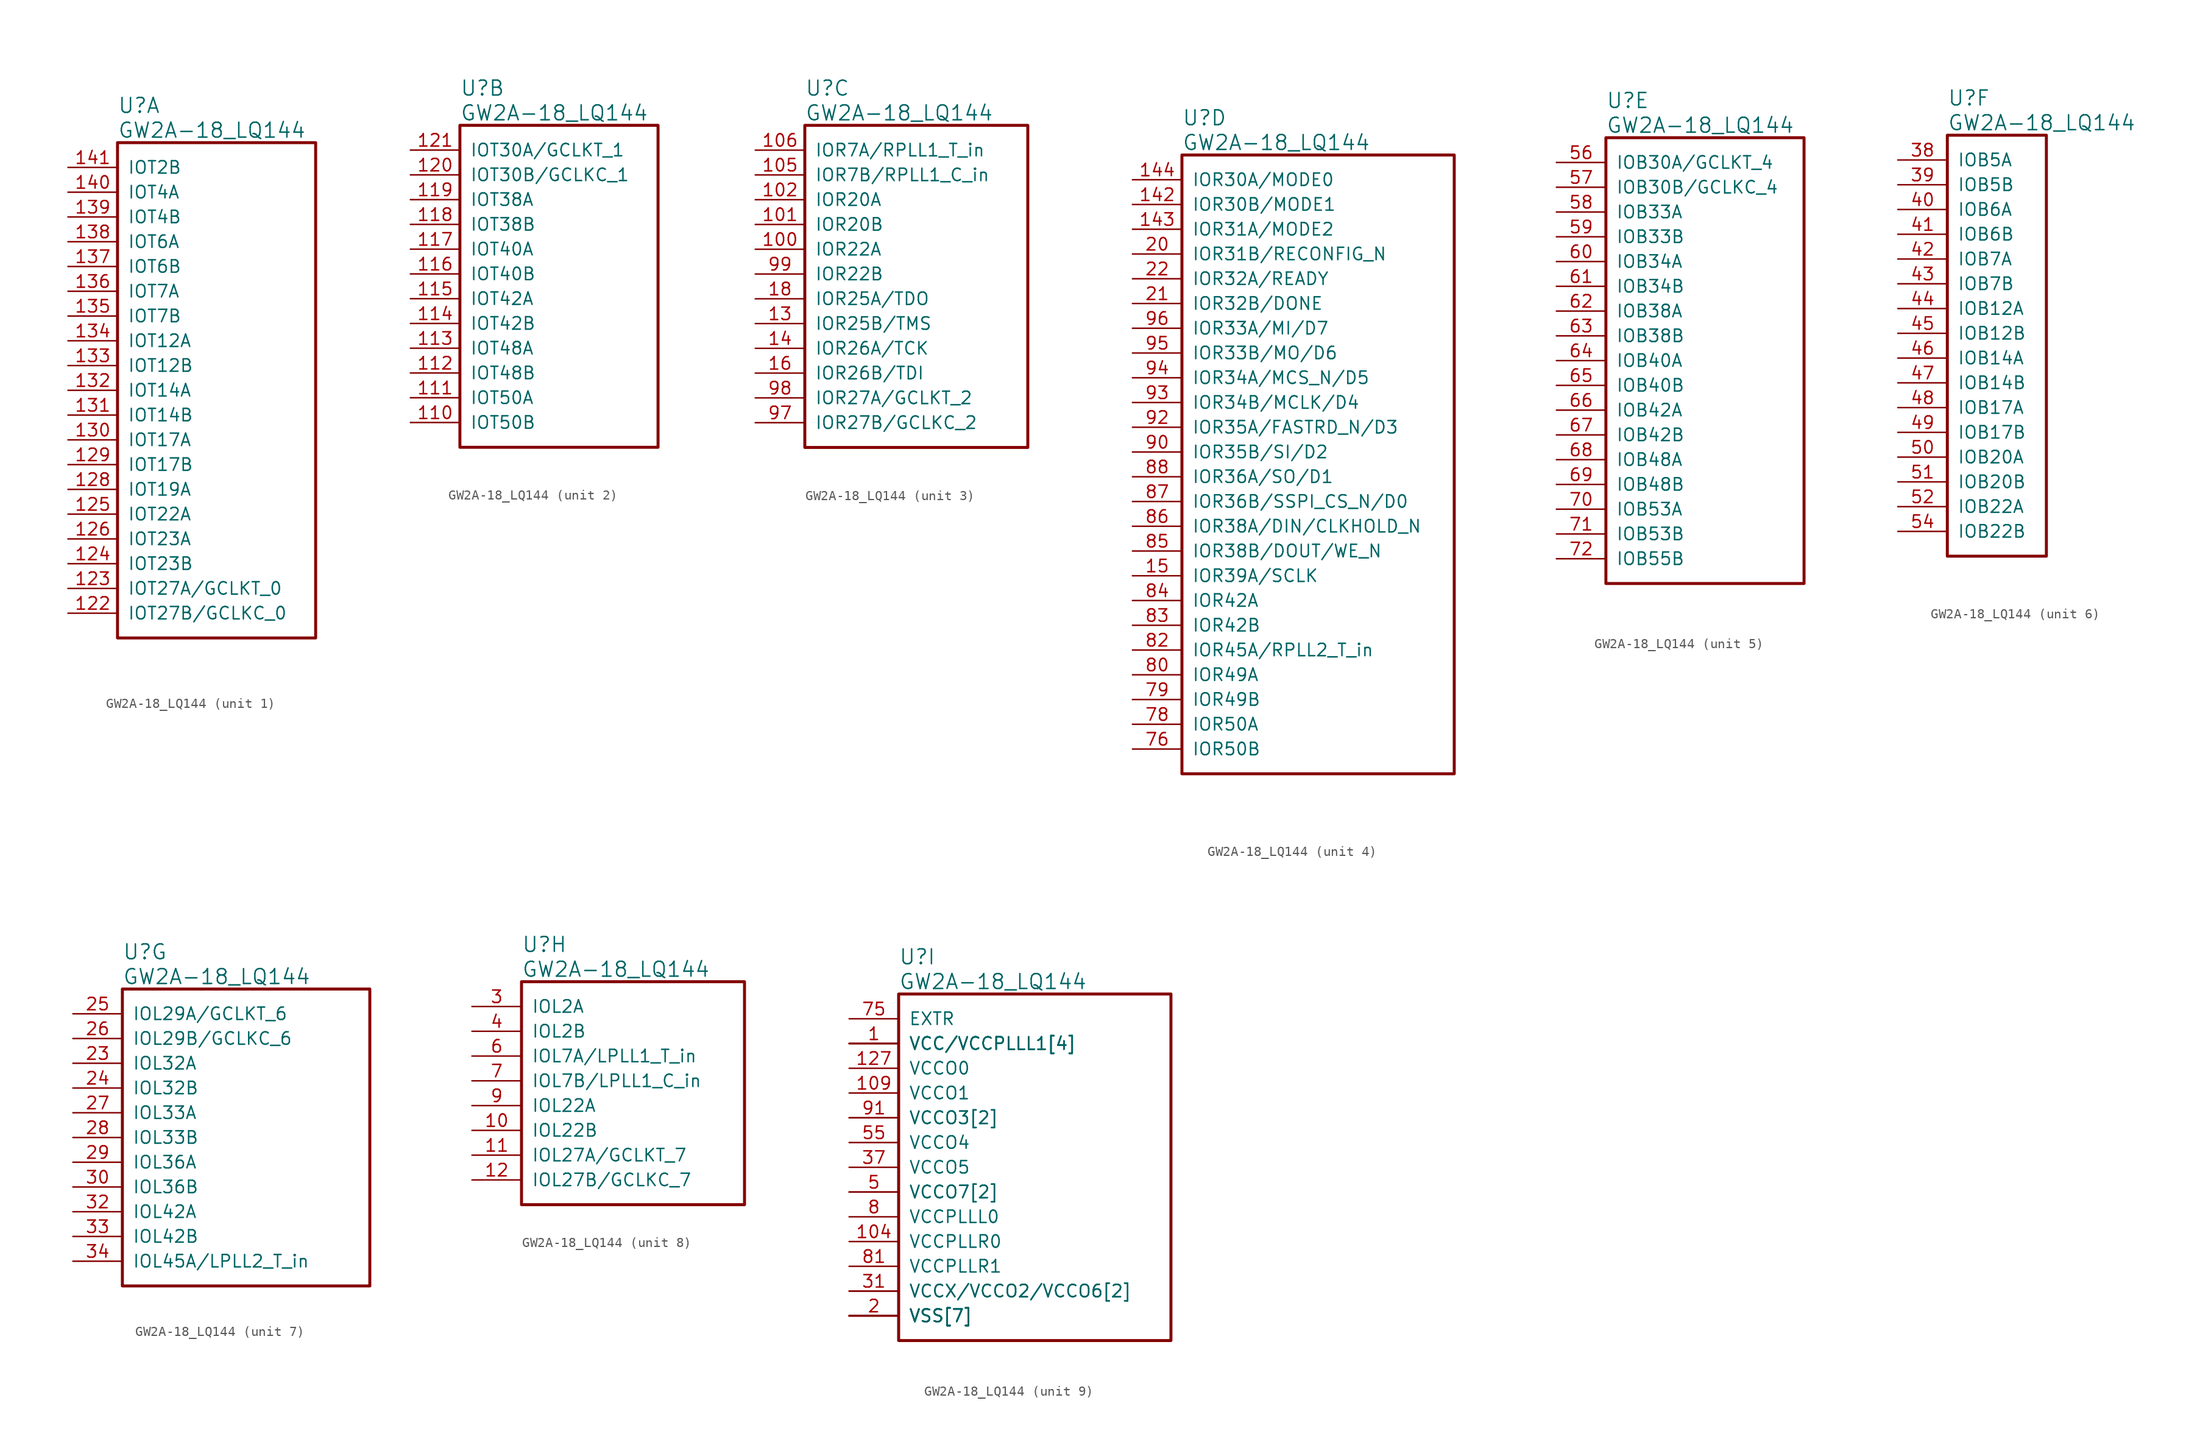
<source format=kicad_sym>
(kicad_symbol_lib
  (version 20241209)
  (generator "kicad_symbol_editor")
  (generator_version "9.0")
  (symbol "GW2A-18_LQ144"
    (pin_names
      (offset 1.016))
    (property "Reference" "U"
      (at 5.08 6.35 0)
      (effects (font (size 1.524 1.524)) (justify left)))
    (property "Value" "GW2A-18_LQ144"
      (at 5.08 3.81 0)
      (effects (font (size 1.524 1.524)) (justify left)))
    (property "ki_locked" ""
      (at 0 0 0)
      (effects (font (size 1.27 1.27))))
    (symbol "GW2A-18_LQ144_1_1"
      (rectangle (start 5.08 2.54) (end 25.4 -48.26) (stroke (width 0.305) (type solid)) (fill (type none)))
      (pin bidirectional line (at 0 0 0) (length 5.08) (name "IOT2B" (effects (font (size 1.27 1.27)))) (number "141" (effects (font (size 1.27 1.27)))))
      (pin bidirectional line (at 0 -2.54 0) (length 5.08) (name "IOT4A" (effects (font (size 1.27 1.27)))) (number "140" (effects (font (size 1.27 1.27)))))
      (pin bidirectional line (at 0 -5.08 0) (length 5.08) (name "IOT4B" (effects (font (size 1.27 1.27)))) (number "139" (effects (font (size 1.27 1.27)))))
      (pin bidirectional line (at 0 -7.62 0) (length 5.08) (name "IOT6A" (effects (font (size 1.27 1.27)))) (number "138" (effects (font (size 1.27 1.27)))))
      (pin bidirectional line (at 0 -10.16 0) (length 5.08) (name "IOT6B" (effects (font (size 1.27 1.27)))) (number "137" (effects (font (size 1.27 1.27)))))
      (pin bidirectional line (at 0 -12.7 0) (length 5.08) (name "IOT7A" (effects (font (size 1.27 1.27)))) (number "136" (effects (font (size 1.27 1.27)))))
      (pin bidirectional line (at 0 -15.24 0) (length 5.08) (name "IOT7B" (effects (font (size 1.27 1.27)))) (number "135" (effects (font (size 1.27 1.27)))))
      (pin bidirectional line (at 0 -17.78 0) (length 5.08) (name "IOT12A" (effects (font (size 1.27 1.27)))) (number "134" (effects (font (size 1.27 1.27)))))
      (pin bidirectional line (at 0 -20.32 0) (length 5.08) (name "IOT12B" (effects (font (size 1.27 1.27)))) (number "133" (effects (font (size 1.27 1.27)))))
      (pin bidirectional line (at 0 -22.86 0) (length 5.08) (name "IOT14A" (effects (font (size 1.27 1.27)))) (number "132" (effects (font (size 1.27 1.27)))))
      (pin bidirectional line (at 0 -25.4 0) (length 5.08) (name "IOT14B" (effects (font (size 1.27 1.27)))) (number "131" (effects (font (size 1.27 1.27)))))
      (pin bidirectional line (at 0 -27.94 0) (length 5.08) (name "IOT17A" (effects (font (size 1.27 1.27)))) (number "130" (effects (font (size 1.27 1.27)))))
      (pin bidirectional line (at 0 -30.48 0) (length 5.08) (name "IOT17B" (effects (font (size 1.27 1.27)))) (number "129" (effects (font (size 1.27 1.27)))))
      (pin bidirectional line (at 0 -33.02 0) (length 5.08) (name "IOT19A" (effects (font (size 1.27 1.27)))) (number "128" (effects (font (size 1.27 1.27)))))
      (pin bidirectional line (at 0 -35.56 0) (length 5.08) (name "IOT22A" (effects (font (size 1.27 1.27)))) (number "125" (effects (font (size 1.27 1.27)))))
      (pin bidirectional line (at 0 -38.1 0) (length 5.08) (name "IOT23A" (effects (font (size 1.27 1.27)))) (number "126" (effects (font (size 1.27 1.27)))))
      (pin bidirectional line (at 0 -40.64 0) (length 5.08) (name "IOT23B" (effects (font (size 1.27 1.27)))) (number "124" (effects (font (size 1.27 1.27)))))
      (pin bidirectional line (at 0 -43.18 0) (length 5.08) (name "IOT27A/GCLKT_0" (effects (font (size 1.27 1.27)))) (number "123" (effects (font (size 1.27 1.27)))))
      (pin bidirectional line (at 0 -45.72 0) (length 5.08) (name "IOT27B/GCLKC_0" (effects (font (size 1.27 1.27)))) (number "122" (effects (font (size 1.27 1.27))))))
    (symbol "GW2A-18_LQ144_2_1"
      (rectangle (start 5.08 2.54) (end 25.4 -30.48) (stroke (width 0.305) (type solid)) (fill (type none)))
      (pin bidirectional line (at 0 0 0) (length 5.08) (name "IOT30A/GCLKT_1" (effects (font (size 1.27 1.27)))) (number "121" (effects (font (size 1.27 1.27)))))
      (pin bidirectional line (at 0 -2.54 0) (length 5.08) (name "IOT30B/GCLKC_1" (effects (font (size 1.27 1.27)))) (number "120" (effects (font (size 1.27 1.27)))))
      (pin bidirectional line (at 0 -5.08 0) (length 5.08) (name "IOT38A" (effects (font (size 1.27 1.27)))) (number "119" (effects (font (size 1.27 1.27)))))
      (pin bidirectional line (at 0 -7.62 0) (length 5.08) (name "IOT38B" (effects (font (size 1.27 1.27)))) (number "118" (effects (font (size 1.27 1.27)))))
      (pin bidirectional line (at 0 -10.16 0) (length 5.08) (name "IOT40A" (effects (font (size 1.27 1.27)))) (number "117" (effects (font (size 1.27 1.27)))))
      (pin bidirectional line (at 0 -12.7 0) (length 5.08) (name "IOT40B" (effects (font (size 1.27 1.27)))) (number "116" (effects (font (size 1.27 1.27)))))
      (pin bidirectional line (at 0 -15.24 0) (length 5.08) (name "IOT42A" (effects (font (size 1.27 1.27)))) (number "115" (effects (font (size 1.27 1.27)))))
      (pin bidirectional line (at 0 -17.78 0) (length 5.08) (name "IOT42B" (effects (font (size 1.27 1.27)))) (number "114" (effects (font (size 1.27 1.27)))))
      (pin bidirectional line (at 0 -20.32 0) (length 5.08) (name "IOT48A" (effects (font (size 1.27 1.27)))) (number "113" (effects (font (size 1.27 1.27)))))
      (pin bidirectional line (at 0 -22.86 0) (length 5.08) (name "IOT48B" (effects (font (size 1.27 1.27)))) (number "112" (effects (font (size 1.27 1.27)))))
      (pin bidirectional line (at 0 -25.4 0) (length 5.08) (name "IOT50A" (effects (font (size 1.27 1.27)))) (number "111" (effects (font (size 1.27 1.27)))))
      (pin bidirectional line (at 0 -27.94 0) (length 5.08) (name "IOT50B" (effects (font (size 1.27 1.27)))) (number "110" (effects (font (size 1.27 1.27))))))
    (symbol "GW2A-18_LQ144_3_1"
      (rectangle (start 5.08 2.54) (end 27.94 -30.48) (stroke (width 0.305) (type solid)) (fill (type none)))
      (pin bidirectional line (at 0 0 0) (length 5.08) (name "IOR7A/RPLL1_T_in" (effects (font (size 1.27 1.27)))) (number "106" (effects (font (size 1.27 1.27)))))
      (pin bidirectional line (at 0 -2.54 0) (length 5.08) (name "IOR7B/RPLL1_C_in" (effects (font (size 1.27 1.27)))) (number "105" (effects (font (size 1.27 1.27)))))
      (pin bidirectional line (at 0 -5.08 0) (length 5.08) (name "IOR20A" (effects (font (size 1.27 1.27)))) (number "102" (effects (font (size 1.27 1.27)))))
      (pin bidirectional line (at 0 -7.62 0) (length 5.08) (name "IOR20B" (effects (font (size 1.27 1.27)))) (number "101" (effects (font (size 1.27 1.27)))))
      (pin bidirectional line (at 0 -10.16 0) (length 5.08) (name "IOR22A" (effects (font (size 1.27 1.27)))) (number "100" (effects (font (size 1.27 1.27)))))
      (pin bidirectional line (at 0 -12.7 0) (length 5.08) (name "IOR22B" (effects (font (size 1.27 1.27)))) (number "99" (effects (font (size 1.27 1.27)))))
      (pin bidirectional line (at 0 -15.24 0) (length 5.08) (name "IOR25A/TDO" (effects (font (size 1.27 1.27)))) (number "18" (effects (font (size 1.27 1.27)))))
      (pin bidirectional line (at 0 -17.78 0) (length 5.08) (name "IOR25B/TMS" (effects (font (size 1.27 1.27)))) (number "13" (effects (font (size 1.27 1.27)))))
      (pin bidirectional line (at 0 -20.32 0) (length 5.08) (name "IOR26A/TCK" (effects (font (size 1.27 1.27)))) (number "14" (effects (font (size 1.27 1.27)))))
      (pin bidirectional line (at 0 -22.86 0) (length 5.08) (name "IOR26B/TDI" (effects (font (size 1.27 1.27)))) (number "16" (effects (font (size 1.27 1.27)))))
      (pin bidirectional line (at 0 -25.4 0) (length 5.08) (name "IOR27A/GCLKT_2" (effects (font (size 1.27 1.27)))) (number "98" (effects (font (size 1.27 1.27)))))
      (pin bidirectional line (at 0 -27.94 0) (length 5.08) (name "IOR27B/GCLKC_2" (effects (font (size 1.27 1.27)))) (number "97" (effects (font (size 1.27 1.27))))))
    (symbol "GW2A-18_LQ144_4_1"
      (rectangle (start 5.08 2.54) (end 33.02 -60.96) (stroke (width 0.305) (type solid)) (fill (type none)))
      (pin bidirectional line (at 0 0 0) (length 5.08) (name "IOR30A/MODE0" (effects (font (size 1.27 1.27)))) (number "144" (effects (font (size 1.27 1.27)))))
      (pin bidirectional line (at 0 -2.54 0) (length 5.08) (name "IOR30B/MODE1" (effects (font (size 1.27 1.27)))) (number "142" (effects (font (size 1.27 1.27)))))
      (pin bidirectional line (at 0 -5.08 0) (length 5.08) (name "IOR31A/MODE2" (effects (font (size 1.27 1.27)))) (number "143" (effects (font (size 1.27 1.27)))))
      (pin bidirectional line (at 0 -7.62 0) (length 5.08) (name "IOR31B/RECONFIG_N" (effects (font (size 1.27 1.27)))) (number "20" (effects (font (size 1.27 1.27)))))
      (pin bidirectional line (at 0 -10.16 0) (length 5.08) (name "IOR32A/READY" (effects (font (size 1.27 1.27)))) (number "22" (effects (font (size 1.27 1.27)))))
      (pin bidirectional line (at 0 -12.7 0) (length 5.08) (name "IOR32B/DONE" (effects (font (size 1.27 1.27)))) (number "21" (effects (font (size 1.27 1.27)))))
      (pin bidirectional line (at 0 -15.24 0) (length 5.08) (name "IOR33A/MI/D7" (effects (font (size 1.27 1.27)))) (number "96" (effects (font (size 1.27 1.27)))))
      (pin bidirectional line (at 0 -17.78 0) (length 5.08) (name "IOR33B/MO/D6" (effects (font (size 1.27 1.27)))) (number "95" (effects (font (size 1.27 1.27)))))
      (pin bidirectional line (at 0 -20.32 0) (length 5.08) (name "IOR34A/MCS_N/D5" (effects (font (size 1.27 1.27)))) (number "94" (effects (font (size 1.27 1.27)))))
      (pin bidirectional line (at 0 -22.86 0) (length 5.08) (name "IOR34B/MCLK/D4" (effects (font (size 1.27 1.27)))) (number "93" (effects (font (size 1.27 1.27)))))
      (pin bidirectional line (at 0 -25.4 0) (length 5.08) (name "IOR35A/FASTRD_N/D3" (effects (font (size 1.27 1.27)))) (number "92" (effects (font (size 1.27 1.27)))))
      (pin bidirectional line (at 0 -27.94 0) (length 5.08) (name "IOR35B/SI/D2" (effects (font (size 1.27 1.27)))) (number "90" (effects (font (size 1.27 1.27)))))
      (pin bidirectional line (at 0 -30.48 0) (length 5.08) (name "IOR36A/SO/D1" (effects (font (size 1.27 1.27)))) (number "88" (effects (font (size 1.27 1.27)))))
      (pin bidirectional line (at 0 -33.02 0) (length 5.08) (name "IOR36B/SSPI_CS_N/D0" (effects (font (size 1.27 1.27)))) (number "87" (effects (font (size 1.27 1.27)))))
      (pin bidirectional line (at 0 -35.56 0) (length 5.08) (name "IOR38A/DIN/CLKHOLD_N" (effects (font (size 1.27 1.27)))) (number "86" (effects (font (size 1.27 1.27)))))
      (pin bidirectional line (at 0 -38.1 0) (length 5.08) (name "IOR38B/DOUT/WE_N" (effects (font (size 1.27 1.27)))) (number "85" (effects (font (size 1.27 1.27)))))
      (pin bidirectional line (at 0 -40.64 0) (length 5.08) (name "IOR39A/SCLK" (effects (font (size 1.27 1.27)))) (number "15" (effects (font (size 1.27 1.27)))))
      (pin bidirectional line (at 0 -43.18 0) (length 5.08) (name "IOR42A" (effects (font (size 1.27 1.27)))) (number "84" (effects (font (size 1.27 1.27)))))
      (pin bidirectional line (at 0 -45.72 0) (length 5.08) (name "IOR42B" (effects (font (size 1.27 1.27)))) (number "83" (effects (font (size 1.27 1.27)))))
      (pin bidirectional line (at 0 -48.26 0) (length 5.08) (name "IOR45A/RPLL2_T_in" (effects (font (size 1.27 1.27)))) (number "82" (effects (font (size 1.27 1.27)))))
      (pin bidirectional line (at 0 -50.8 0) (length 5.08) (name "IOR49A" (effects (font (size 1.27 1.27)))) (number "80" (effects (font (size 1.27 1.27)))))
      (pin bidirectional line (at 0 -53.34 0) (length 5.08) (name "IOR49B" (effects (font (size 1.27 1.27)))) (number "79" (effects (font (size 1.27 1.27)))))
      (pin bidirectional line (at 0 -55.88 0) (length 5.08) (name "IOR50A" (effects (font (size 1.27 1.27)))) (number "78" (effects (font (size 1.27 1.27)))))
      (pin bidirectional line (at 0 -58.42 0) (length 5.08) (name "IOR50B" (effects (font (size 1.27 1.27)))) (number "76" (effects (font (size 1.27 1.27))))))
    (symbol "GW2A-18_LQ144_5_1"
      (rectangle (start 5.08 2.54) (end 25.4 -43.18) (stroke (width 0.305) (type solid)) (fill (type none)))
      (pin bidirectional line (at 0 0 0) (length 5.08) (name "IOB30A/GCLKT_4" (effects (font (size 1.27 1.27)))) (number "56" (effects (font (size 1.27 1.27)))))
      (pin bidirectional line (at 0 -2.54 0) (length 5.08) (name "IOB30B/GCLKC_4" (effects (font (size 1.27 1.27)))) (number "57" (effects (font (size 1.27 1.27)))))
      (pin bidirectional line (at 0 -5.08 0) (length 5.08) (name "IOB33A" (effects (font (size 1.27 1.27)))) (number "58" (effects (font (size 1.27 1.27)))))
      (pin bidirectional line (at 0 -7.62 0) (length 5.08) (name "IOB33B" (effects (font (size 1.27 1.27)))) (number "59" (effects (font (size 1.27 1.27)))))
      (pin bidirectional line (at 0 -10.16 0) (length 5.08) (name "IOB34A" (effects (font (size 1.27 1.27)))) (number "60" (effects (font (size 1.27 1.27)))))
      (pin bidirectional line (at 0 -12.7 0) (length 5.08) (name "IOB34B" (effects (font (size 1.27 1.27)))) (number "61" (effects (font (size 1.27 1.27)))))
      (pin bidirectional line (at 0 -15.24 0) (length 5.08) (name "IOB38A" (effects (font (size 1.27 1.27)))) (number "62" (effects (font (size 1.27 1.27)))))
      (pin bidirectional line (at 0 -17.78 0) (length 5.08) (name "IOB38B" (effects (font (size 1.27 1.27)))) (number "63" (effects (font (size 1.27 1.27)))))
      (pin bidirectional line (at 0 -20.32 0) (length 5.08) (name "IOB40A" (effects (font (size 1.27 1.27)))) (number "64" (effects (font (size 1.27 1.27)))))
      (pin bidirectional line (at 0 -22.86 0) (length 5.08) (name "IOB40B" (effects (font (size 1.27 1.27)))) (number "65" (effects (font (size 1.27 1.27)))))
      (pin bidirectional line (at 0 -25.4 0) (length 5.08) (name "IOB42A" (effects (font (size 1.27 1.27)))) (number "66" (effects (font (size 1.27 1.27)))))
      (pin bidirectional line (at 0 -27.94 0) (length 5.08) (name "IOB42B" (effects (font (size 1.27 1.27)))) (number "67" (effects (font (size 1.27 1.27)))))
      (pin bidirectional line (at 0 -30.48 0) (length 5.08) (name "IOB48A" (effects (font (size 1.27 1.27)))) (number "68" (effects (font (size 1.27 1.27)))))
      (pin bidirectional line (at 0 -33.02 0) (length 5.08) (name "IOB48B" (effects (font (size 1.27 1.27)))) (number "69" (effects (font (size 1.27 1.27)))))
      (pin bidirectional line (at 0 -35.56 0) (length 5.08) (name "IOB53A" (effects (font (size 1.27 1.27)))) (number "70" (effects (font (size 1.27 1.27)))))
      (pin bidirectional line (at 0 -38.1 0) (length 5.08) (name "IOB53B" (effects (font (size 1.27 1.27)))) (number "71" (effects (font (size 1.27 1.27)))))
      (pin bidirectional line (at 0 -40.64 0) (length 5.08) (name "IOB55B" (effects (font (size 1.27 1.27)))) (number "72" (effects (font (size 1.27 1.27))))))
    (symbol "GW2A-18_LQ144_6_1"
      (rectangle (start 5.08 2.54) (end 15.24 -40.64) (stroke (width 0.305) (type solid)) (fill (type none)))
      (pin bidirectional line (at 0 0 0) (length 5.08) (name "IOB5A" (effects (font (size 1.27 1.27)))) (number "38" (effects (font (size 1.27 1.27)))))
      (pin bidirectional line (at 0 -2.54 0) (length 5.08) (name "IOB5B" (effects (font (size 1.27 1.27)))) (number "39" (effects (font (size 1.27 1.27)))))
      (pin bidirectional line (at 0 -5.08 0) (length 5.08) (name "IOB6A" (effects (font (size 1.27 1.27)))) (number "40" (effects (font (size 1.27 1.27)))))
      (pin bidirectional line (at 0 -7.62 0) (length 5.08) (name "IOB6B" (effects (font (size 1.27 1.27)))) (number "41" (effects (font (size 1.27 1.27)))))
      (pin bidirectional line (at 0 -10.16 0) (length 5.08) (name "IOB7A" (effects (font (size 1.27 1.27)))) (number "42" (effects (font (size 1.27 1.27)))))
      (pin bidirectional line (at 0 -12.7 0) (length 5.08) (name "IOB7B" (effects (font (size 1.27 1.27)))) (number "43" (effects (font (size 1.27 1.27)))))
      (pin bidirectional line (at 0 -15.24 0) (length 5.08) (name "IOB12A" (effects (font (size 1.27 1.27)))) (number "44" (effects (font (size 1.27 1.27)))))
      (pin bidirectional line (at 0 -17.78 0) (length 5.08) (name "IOB12B" (effects (font (size 1.27 1.27)))) (number "45" (effects (font (size 1.27 1.27)))))
      (pin bidirectional line (at 0 -20.32 0) (length 5.08) (name "IOB14A" (effects (font (size 1.27 1.27)))) (number "46" (effects (font (size 1.27 1.27)))))
      (pin bidirectional line (at 0 -22.86 0) (length 5.08) (name "IOB14B" (effects (font (size 1.27 1.27)))) (number "47" (effects (font (size 1.27 1.27)))))
      (pin bidirectional line (at 0 -25.4 0) (length 5.08) (name "IOB17A" (effects (font (size 1.27 1.27)))) (number "48" (effects (font (size 1.27 1.27)))))
      (pin bidirectional line (at 0 -27.94 0) (length 5.08) (name "IOB17B" (effects (font (size 1.27 1.27)))) (number "49" (effects (font (size 1.27 1.27)))))
      (pin bidirectional line (at 0 -30.48 0) (length 5.08) (name "IOB20A" (effects (font (size 1.27 1.27)))) (number "50" (effects (font (size 1.27 1.27)))))
      (pin bidirectional line (at 0 -33.02 0) (length 5.08) (name "IOB20B" (effects (font (size 1.27 1.27)))) (number "51" (effects (font (size 1.27 1.27)))))
      (pin bidirectional line (at 0 -35.56 0) (length 5.08) (name "IOB22A" (effects (font (size 1.27 1.27)))) (number "52" (effects (font (size 1.27 1.27)))))
      (pin bidirectional line (at 0 -38.1 0) (length 5.08) (name "IOB22B" (effects (font (size 1.27 1.27)))) (number "54" (effects (font (size 1.27 1.27))))))
    (symbol "GW2A-18_LQ144_7_1"
      (rectangle (start 5.08 2.54) (end 30.48 -27.94) (stroke (width 0.305) (type solid)) (fill (type none)))
      (pin bidirectional line (at 0 0 0) (length 5.08) (name "IOL29A/GCLKT_6" (effects (font (size 1.27 1.27)))) (number "25" (effects (font (size 1.27 1.27)))))
      (pin bidirectional line (at 0 -2.54 0) (length 5.08) (name "IOL29B/GCLKC_6" (effects (font (size 1.27 1.27)))) (number "26" (effects (font (size 1.27 1.27)))))
      (pin bidirectional line (at 0 -5.08 0) (length 5.08) (name "IOL32A" (effects (font (size 1.27 1.27)))) (number "23" (effects (font (size 1.27 1.27)))))
      (pin bidirectional line (at 0 -7.62 0) (length 5.08) (name "IOL32B" (effects (font (size 1.27 1.27)))) (number "24" (effects (font (size 1.27 1.27)))))
      (pin bidirectional line (at 0 -10.16 0) (length 5.08) (name "IOL33A" (effects (font (size 1.27 1.27)))) (number "27" (effects (font (size 1.27 1.27)))))
      (pin bidirectional line (at 0 -12.7 0) (length 5.08) (name "IOL33B" (effects (font (size 1.27 1.27)))) (number "28" (effects (font (size 1.27 1.27)))))
      (pin bidirectional line (at 0 -15.24 0) (length 5.08) (name "IOL36A" (effects (font (size 1.27 1.27)))) (number "29" (effects (font (size 1.27 1.27)))))
      (pin bidirectional line (at 0 -17.78 0) (length 5.08) (name "IOL36B" (effects (font (size 1.27 1.27)))) (number "30" (effects (font (size 1.27 1.27)))))
      (pin bidirectional line (at 0 -20.32 0) (length 5.08) (name "IOL42A" (effects (font (size 1.27 1.27)))) (number "32" (effects (font (size 1.27 1.27)))))
      (pin bidirectional line (at 0 -22.86 0) (length 5.08) (name "IOL42B" (effects (font (size 1.27 1.27)))) (number "33" (effects (font (size 1.27 1.27)))))
      (pin bidirectional line (at 0 -25.4 0) (length 5.08) (name "IOL45A/LPLL2_T_in" (effects (font (size 1.27 1.27)))) (number "34" (effects (font (size 1.27 1.27))))))
    (symbol "GW2A-18_LQ144_8_1"
      (rectangle (start 5.08 2.54) (end 27.94 -20.32) (stroke (width 0.305) (type solid)) (fill (type none)))
      (pin bidirectional line (at 0 0 0) (length 5.08) (name "IOL2A" (effects (font (size 1.27 1.27)))) (number "3" (effects (font (size 1.27 1.27)))))
      (pin bidirectional line (at 0 -2.54 0) (length 5.08) (name "IOL2B" (effects (font (size 1.27 1.27)))) (number "4" (effects (font (size 1.27 1.27)))))
      (pin bidirectional line (at 0 -5.08 0) (length 5.08) (name "IOL7A/LPLL1_T_in" (effects (font (size 1.27 1.27)))) (number "6" (effects (font (size 1.27 1.27)))))
      (pin bidirectional line (at 0 -7.62 0) (length 5.08) (name "IOL7B/LPLL1_C_in" (effects (font (size 1.27 1.27)))) (number "7" (effects (font (size 1.27 1.27)))))
      (pin bidirectional line (at 0 -10.16 0) (length 5.08) (name "IOL22A" (effects (font (size 1.27 1.27)))) (number "9" (effects (font (size 1.27 1.27)))))
      (pin bidirectional line (at 0 -12.7 0) (length 5.08) (name "IOL22B" (effects (font (size 1.27 1.27)))) (number "10" (effects (font (size 1.27 1.27)))))
      (pin bidirectional line (at 0 -15.24 0) (length 5.08) (name "IOL27A/GCLKT_7" (effects (font (size 1.27 1.27)))) (number "11" (effects (font (size 1.27 1.27)))))
      (pin bidirectional line (at 0 -17.78 0) (length 5.08) (name "IOL27B/GCLKC_7" (effects (font (size 1.27 1.27)))) (number "12" (effects (font (size 1.27 1.27))))))
    (symbol "GW2A-18_LQ144_9_1"
      (rectangle (start 5.08 2.54) (end 33.02 -33.02) (stroke (width 0.305) (type solid)) (fill (type none)))
      (pin power_in line (at 0 0 0) (length 5.08) (name "EXTR" (effects (font (size 1.27 1.27)))) (number "75" (effects (font (size 1.27 1.27)))))
      (pin power_in line (at 0 -2.54 0) (length 5.08) (name "VCC/VCCPLLL1[4]" (effects (font (size 1.27 1.27)))) (number "1" (effects (font (size 1.27 1.27)))))
      (pin power_in line (at 0 -2.54 0) (length 5.08) (name "VCC/VCCPLLL1[4]" (effects (font (size 1.27 1.27)))) (number "108" (effects (font (size 0 0)))))
      (pin power_in line (at 0 -2.54 0) (length 5.08) (name "VCC/VCCPLLL1[4]" (effects (font (size 1.27 1.27)))) (number "36" (effects (font (size 0 0)))))
      (pin power_in line (at 0 -2.54 0) (length 5.08) (name "VCC/VCCPLLL1[4]" (effects (font (size 1.27 1.27)))) (number "73" (effects (font (size 0 0)))))
      (pin power_in line (at 0 -5.08 0) (length 5.08) (name "VCCO0" (effects (font (size 1.27 1.27)))) (number "127" (effects (font (size 1.27 1.27)))))
      (pin power_in line (at 0 -7.62 0) (length 5.08) (name "VCCO1" (effects (font (size 1.27 1.27)))) (number "109" (effects (font (size 1.27 1.27)))))
      (pin power_in line (at 0 -10.16 0) (length 5.08) (name "VCCO3[2]" (effects (font (size 1.27 1.27)))) (number "77" (effects (font (size 0 0)))))
      (pin power_in line (at 0 -10.16 0) (length 5.08) (name "VCCO3[2]" (effects (font (size 1.27 1.27)))) (number "91" (effects (font (size 1.27 1.27)))))
      (pin power_in line (at 0 -12.7 0) (length 5.08) (name "VCCO4" (effects (font (size 1.27 1.27)))) (number "55" (effects (font (size 1.27 1.27)))))
      (pin power_in line (at 0 -15.24 0) (length 5.08) (name "VCCO5" (effects (font (size 1.27 1.27)))) (number "37" (effects (font (size 1.27 1.27)))))
      (pin power_in line (at 0 -17.78 0) (length 5.08) (name "VCCO7[2]" (effects (font (size 1.27 1.27)))) (number "19" (effects (font (size 0 0)))))
      (pin power_in line (at 0 -17.78 0) (length 5.08) (name "VCCO7[2]" (effects (font (size 1.27 1.27)))) (number "5" (effects (font (size 1.27 1.27)))))
      (pin power_in line (at 0 -20.32 0) (length 5.08) (name "VCCPLLL0" (effects (font (size 1.27 1.27)))) (number "8" (effects (font (size 1.27 1.27)))))
      (pin power_in line (at 0 -22.86 0) (length 5.08) (name "VCCPLLR0" (effects (font (size 1.27 1.27)))) (number "104" (effects (font (size 1.27 1.27)))))
      (pin power_in line (at 0 -25.4 0) (length 5.08) (name "VCCPLLR1" (effects (font (size 1.27 1.27)))) (number "81" (effects (font (size 1.27 1.27)))))
      (pin power_in line (at 0 -27.94 0) (length 5.08) (name "VCCX/VCCO2/VCCO6[2]" (effects (font (size 1.27 1.27)))) (number "103" (effects (font (size 0 0)))))
      (pin power_in line (at 0 -27.94 0) (length 5.08) (name "VCCX/VCCO2/VCCO6[2]" (effects (font (size 1.27 1.27)))) (number "31" (effects (font (size 1.27 1.27)))))
      (pin power_in line (at 0 -30.48 0) (length 5.08) (name "VSS[7]" (effects (font (size 1.27 1.27)))) (number "107" (effects (font (size 0 0)))))
      (pin power_in line (at 0 -30.48 0) (length 5.08) (name "VSS[7]" (effects (font (size 1.27 1.27)))) (number "17" (effects (font (size 0 0)))))
      (pin power_in line (at 0 -30.48 0) (length 5.08) (name "VSS[7]" (effects (font (size 1.27 1.27)))) (number "2" (effects (font (size 1.27 1.27)))))
      (pin power_in line (at 0 -30.48 0) (length 5.08) (name "VSS[7]" (effects (font (size 1.27 1.27)))) (number "35" (effects (font (size 0 0)))))
      (pin power_in line (at 0 -30.48 0) (length 5.08) (name "VSS[7]" (effects (font (size 1.27 1.27)))) (number "53" (effects (font (size 0 0)))))
      (pin power_in line (at 0 -30.48 0) (length 5.08) (name "VSS[7]" (effects (font (size 1.27 1.27)))) (number "74" (effects (font (size 0 0)))))
      (pin power_in line (at 0 -30.48 0) (length 5.08) (name "VSS[7]" (effects (font (size 1.27 1.27)))) (number "89" (effects (font (size 0 0))))))))
</source>
